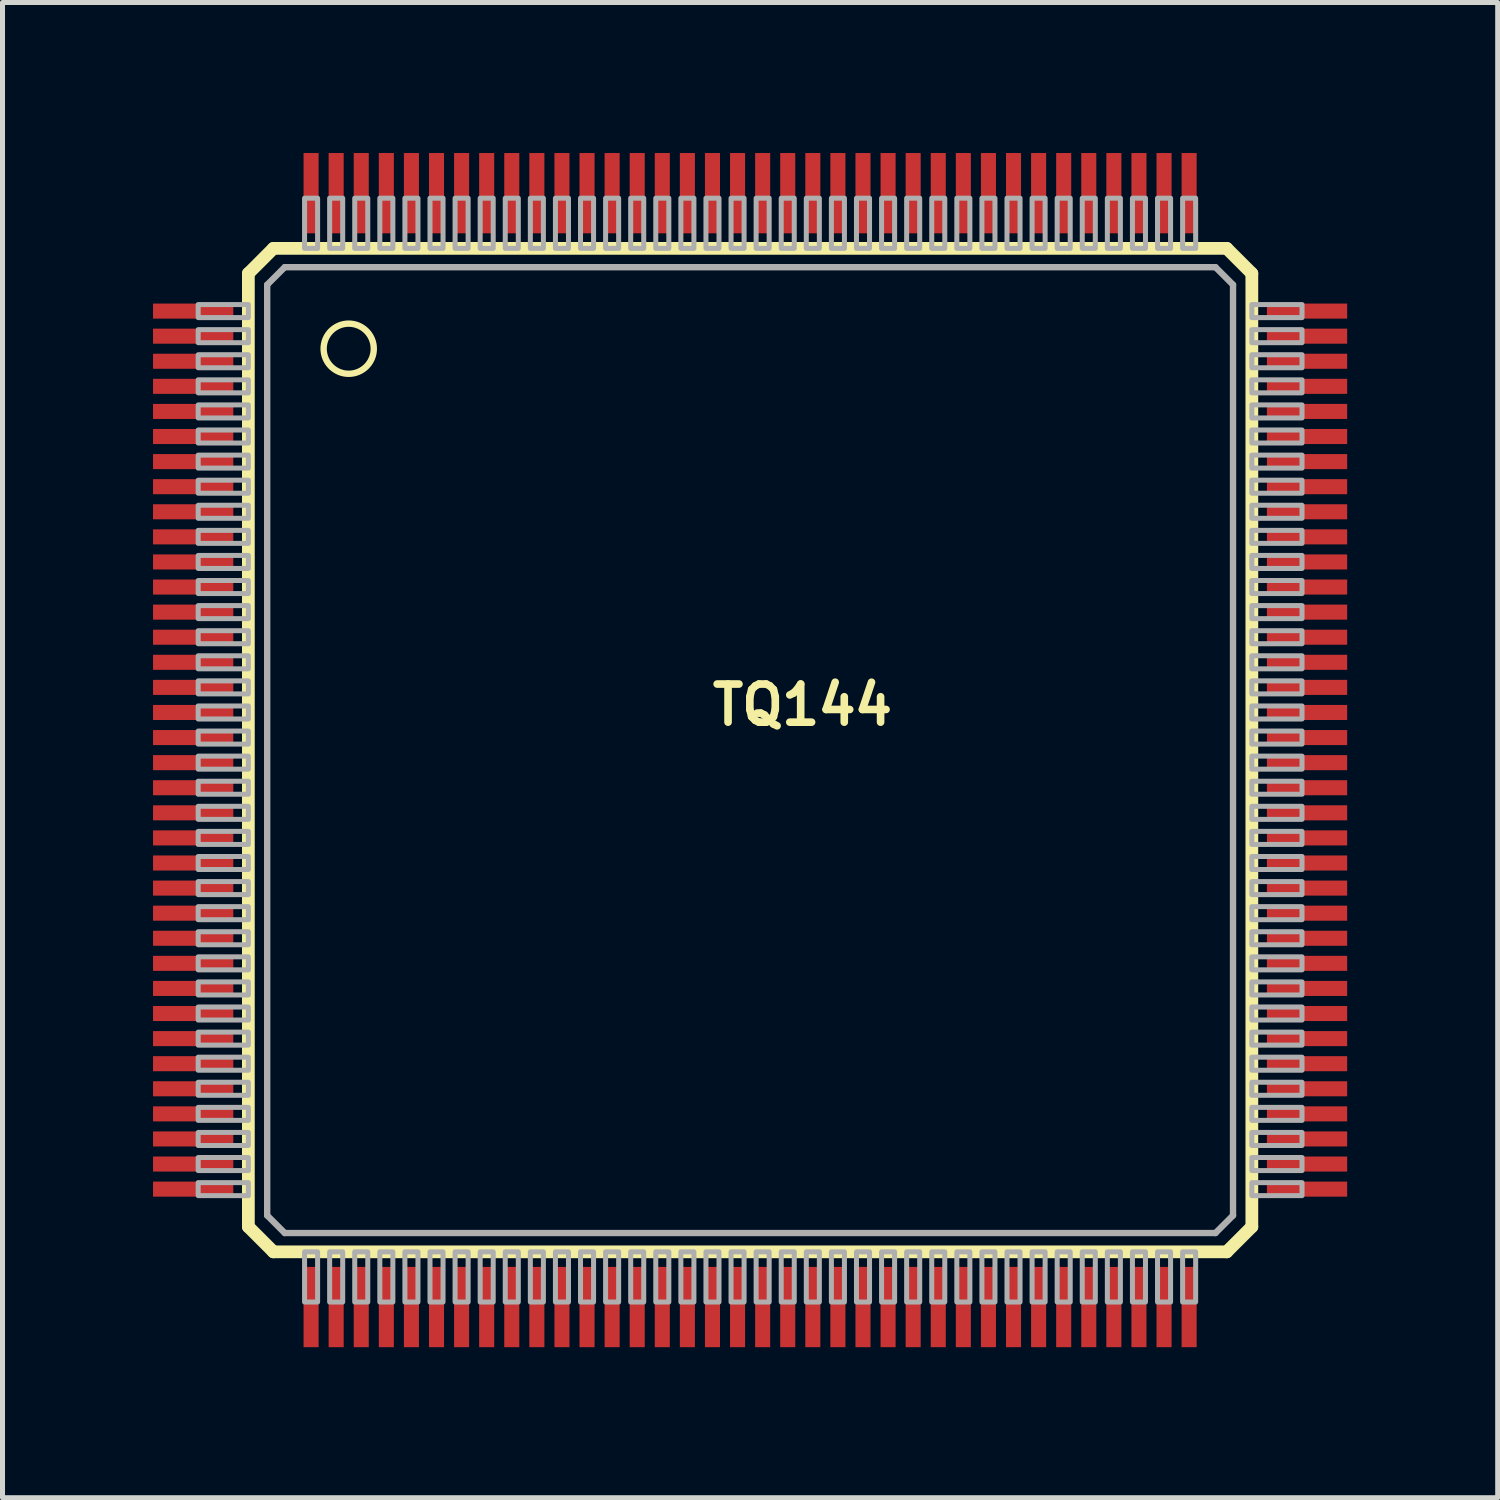
<source format=kicad_pcb>
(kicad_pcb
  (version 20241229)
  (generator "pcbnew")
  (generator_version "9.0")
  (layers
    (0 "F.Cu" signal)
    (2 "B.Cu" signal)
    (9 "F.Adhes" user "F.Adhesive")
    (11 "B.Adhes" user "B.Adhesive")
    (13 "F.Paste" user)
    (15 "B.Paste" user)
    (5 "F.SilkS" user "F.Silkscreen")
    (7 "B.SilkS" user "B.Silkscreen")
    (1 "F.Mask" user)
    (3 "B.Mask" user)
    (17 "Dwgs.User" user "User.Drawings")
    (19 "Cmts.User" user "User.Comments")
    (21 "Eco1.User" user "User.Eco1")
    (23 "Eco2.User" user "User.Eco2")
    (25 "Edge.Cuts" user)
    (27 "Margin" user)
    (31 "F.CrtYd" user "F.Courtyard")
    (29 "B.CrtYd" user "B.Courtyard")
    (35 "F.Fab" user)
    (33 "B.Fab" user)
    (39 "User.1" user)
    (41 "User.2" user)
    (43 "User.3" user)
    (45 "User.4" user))
  (footprint "TQ144"
    (layer "F.Cu")
    (at 11.9 11.9)
    (property "Reference" "TQ144" (at -0.829 -1.345 180) (layer "F.SilkS") (effects (font (size 0.76 0.76) (thickness 0.152)) (justify left top)))
    (attr through_hole)
    (fp_line (start -10 -9.5) (end -10 9.5) (stroke (width 0.254) (type solid)) (layer "F.SilkS"))
    (fp_line (start -10 9.5) (end -9.5 10) (stroke (width 0.254) (type solid)) (layer "F.SilkS"))
    (fp_line (start -9.5 -10) (end -10 -9.5) (stroke (width 0.254) (type solid)) (layer "F.SilkS"))
    (fp_line (start -9.5 10) (end 9.5 10) (stroke (width 0.254) (type solid)) (layer "F.SilkS"))
    (fp_line (start 9.5 -10) (end -9.5 -10) (stroke (width 0.254) (type solid)) (layer "F.SilkS"))
    (fp_line (start 9.5 10) (end 10 9.5) (stroke (width 0.254) (type solid)) (layer "F.SilkS"))
    (fp_line (start 10 -9.5) (end 9.5 -10) (stroke (width 0.254) (type solid)) (layer "F.SilkS"))
    (fp_line (start 10 9.5) (end 10 -9.5) (stroke (width 0.254) (type solid)) (layer "F.SilkS"))
    (fp_circle (center -8 -8) (end -7.5 -8) (stroke (width 0.127) (type solid)) (fill no) (layer "F.SilkS"))
    (fp_line (start -9.625 -9.275) (end -9.625 9.275) (stroke (width 0.127) (type solid)) (layer "F.Fab"))
    (fp_line (start -9.625 9.275) (end -9.275 9.625) (stroke (width 0.127) (type solid)) (layer "F.Fab"))
    (fp_line (start -9.275 -9.625) (end -9.625 -9.275) (stroke (width 0.127) (type solid)) (layer "F.Fab"))
    (fp_line (start -9.275 9.625) (end 9.275 9.625) (stroke (width 0.127) (type solid)) (layer "F.Fab"))
    (fp_line (start 9.275 -9.625) (end -9.275 -9.625) (stroke (width 0.127) (type solid)) (layer "F.Fab"))
    (fp_line (start 9.275 9.625) (end 9.625 9.275) (stroke (width 0.127) (type solid)) (layer "F.Fab"))
    (fp_line (start 9.625 -9.275) (end 9.275 -9.625) (stroke (width 0.127) (type solid)) (layer "F.Fab"))
    (fp_line (start 9.625 9.275) (end 9.625 -9.275) (stroke (width 0.127) (type solid)) (layer "F.Fab"))
    (fp_poly (pts (xy -11 -8.62) (xy -10 -8.62) (xy -10 -8.88) (xy -11 -8.88)) (stroke (width 0.1) (type solid)) (fill no) (layer "F.Fab"))
    (fp_poly (pts (xy -11 -8.12) (xy -10 -8.12) (xy -10 -8.38) (xy -11 -8.38)) (stroke (width 0.1) (type solid)) (fill no) (layer "F.Fab"))
    (fp_poly (pts (xy -11 -7.62) (xy -10 -7.62) (xy -10 -7.88) (xy -11 -7.88)) (stroke (width 0.1) (type solid)) (fill no) (layer "F.Fab"))
    (fp_poly (pts (xy -11 -7.12) (xy -10 -7.12) (xy -10 -7.38) (xy -11 -7.38)) (stroke (width 0.1) (type solid)) (fill no) (layer "F.Fab"))
    (fp_poly (pts (xy -11 -6.62) (xy -10 -6.62) (xy -10 -6.88) (xy -11 -6.88)) (stroke (width 0.1) (type solid)) (fill no) (layer "F.Fab"))
    (fp_poly (pts (xy -11 -6.12) (xy -10 -6.12) (xy -10 -6.38) (xy -11 -6.38)) (stroke (width 0.1) (type solid)) (fill no) (layer "F.Fab"))
    (fp_poly (pts (xy -11 -5.62) (xy -10 -5.62) (xy -10 -5.88) (xy -11 -5.88)) (stroke (width 0.1) (type solid)) (fill no) (layer "F.Fab"))
    (fp_poly (pts (xy -11 -5.12) (xy -10 -5.12) (xy -10 -5.38) (xy -11 -5.38)) (stroke (width 0.1) (type solid)) (fill no) (layer "F.Fab"))
    (fp_poly (pts (xy -11 -4.62) (xy -10 -4.62) (xy -10 -4.88) (xy -11 -4.88)) (stroke (width 0.1) (type solid)) (fill no) (layer "F.Fab"))
    (fp_poly (pts (xy -11 -4.12) (xy -10 -4.12) (xy -10 -4.38) (xy -11 -4.38)) (stroke (width 0.1) (type solid)) (fill no) (layer "F.Fab"))
    (fp_poly (pts (xy -11 -3.62) (xy -10 -3.62) (xy -10 -3.88) (xy -11 -3.88)) (stroke (width 0.1) (type solid)) (fill no) (layer "F.Fab"))
    (fp_poly (pts (xy -11 -3.12) (xy -10 -3.12) (xy -10 -3.38) (xy -11 -3.38)) (stroke (width 0.1) (type solid)) (fill no) (layer "F.Fab"))
    (fp_poly (pts (xy -11 -2.62) (xy -10 -2.62) (xy -10 -2.88) (xy -11 -2.88)) (stroke (width 0.1) (type solid)) (fill no) (layer "F.Fab"))
    (fp_poly (pts (xy -11 -2.12) (xy -10 -2.12) (xy -10 -2.38) (xy -11 -2.38)) (stroke (width 0.1) (type solid)) (fill no) (layer "F.Fab"))
    (fp_poly (pts (xy -11 -1.62) (xy -10 -1.62) (xy -10 -1.88) (xy -11 -1.88)) (stroke (width 0.1) (type solid)) (fill no) (layer "F.Fab"))
    (fp_poly (pts (xy -11 -1.12) (xy -10 -1.12) (xy -10 -1.38) (xy -11 -1.38)) (stroke (width 0.1) (type solid)) (fill no) (layer "F.Fab"))
    (fp_poly (pts (xy -11 -0.62) (xy -10 -0.62) (xy -10 -0.88) (xy -11 -0.88)) (stroke (width 0.1) (type solid)) (fill no) (layer "F.Fab"))
    (fp_poly (pts (xy -11 -0.12) (xy -10 -0.12) (xy -10 -0.38) (xy -11 -0.38)) (stroke (width 0.1) (type solid)) (fill no) (layer "F.Fab"))
    (fp_poly (pts (xy -11 0.38) (xy -10 0.38) (xy -10 0.12) (xy -11 0.12)) (stroke (width 0.1) (type solid)) (fill no) (layer "F.Fab"))
    (fp_poly (pts (xy -11 0.88) (xy -10 0.88) (xy -10 0.62) (xy -11 0.62)) (stroke (width 0.1) (type solid)) (fill no) (layer "F.Fab"))
    (fp_poly (pts (xy -11 1.38) (xy -10 1.38) (xy -10 1.12) (xy -11 1.12)) (stroke (width 0.1) (type solid)) (fill no) (layer "F.Fab"))
    (fp_poly (pts (xy -11 1.88) (xy -10 1.88) (xy -10 1.62) (xy -11 1.62)) (stroke (width 0.1) (type solid)) (fill no) (layer "F.Fab"))
    (fp_poly (pts (xy -11 2.38) (xy -10 2.38) (xy -10 2.12) (xy -11 2.12)) (stroke (width 0.1) (type solid)) (fill no) (layer "F.Fab"))
    (fp_poly (pts (xy -11 2.88) (xy -10 2.88) (xy -10 2.62) (xy -11 2.62)) (stroke (width 0.1) (type solid)) (fill no) (layer "F.Fab"))
    (fp_poly (pts (xy -11 3.38) (xy -10 3.38) (xy -10 3.12) (xy -11 3.12)) (stroke (width 0.1) (type solid)) (fill no) (layer "F.Fab"))
    (fp_poly (pts (xy -11 3.88) (xy -10 3.88) (xy -10 3.62) (xy -11 3.62)) (stroke (width 0.1) (type solid)) (fill no) (layer "F.Fab"))
    (fp_poly (pts (xy -11 4.38) (xy -10 4.38) (xy -10 4.12) (xy -11 4.12)) (stroke (width 0.1) (type solid)) (fill no) (layer "F.Fab"))
    (fp_poly (pts (xy -11 4.88) (xy -10 4.88) (xy -10 4.62) (xy -11 4.62)) (stroke (width 0.1) (type solid)) (fill no) (layer "F.Fab"))
    (fp_poly (pts (xy -11 5.38) (xy -10 5.38) (xy -10 5.12) (xy -11 5.12)) (stroke (width 0.1) (type solid)) (fill no) (layer "F.Fab"))
    (fp_poly (pts (xy -11 5.88) (xy -10 5.88) (xy -10 5.62) (xy -11 5.62)) (stroke (width 0.1) (type solid)) (fill no) (layer "F.Fab"))
    (fp_poly (pts (xy -11 6.38) (xy -10 6.38) (xy -10 6.12) (xy -11 6.12)) (stroke (width 0.1) (type solid)) (fill no) (layer "F.Fab"))
    (fp_poly (pts (xy -11 6.88) (xy -10 6.88) (xy -10 6.62) (xy -11 6.62)) (stroke (width 0.1) (type solid)) (fill no) (layer "F.Fab"))
    (fp_poly (pts (xy -11 7.38) (xy -10 7.38) (xy -10 7.12) (xy -11 7.12)) (stroke (width 0.1) (type solid)) (fill no) (layer "F.Fab"))
    (fp_poly (pts (xy -11 7.88) (xy -10 7.88) (xy -10 7.62) (xy -11 7.62)) (stroke (width 0.1) (type solid)) (fill no) (layer "F.Fab"))
    (fp_poly (pts (xy -11 8.38) (xy -10 8.38) (xy -10 8.12) (xy -11 8.12)) (stroke (width 0.1) (type solid)) (fill no) (layer "F.Fab"))
    (fp_poly (pts (xy -11 8.88) (xy -10 8.88) (xy -10 8.62) (xy -11 8.62)) (stroke (width 0.1) (type solid)) (fill no) (layer "F.Fab"))
    (fp_poly (pts (xy -8.88 -10) (xy -8.62 -10) (xy -8.62 -11) (xy -8.88 -11)) (stroke (width 0.1) (type solid)) (fill no) (layer "F.Fab"))
    (fp_poly (pts (xy -8.88 11) (xy -8.62 11) (xy -8.62 10) (xy -8.88 10)) (stroke (width 0.1) (type solid)) (fill no) (layer "F.Fab"))
    (fp_poly (pts (xy -8.38 -10) (xy -8.12 -10) (xy -8.12 -11) (xy -8.38 -11)) (stroke (width 0.1) (type solid)) (fill no) (layer "F.Fab"))
    (fp_poly (pts (xy -8.38 11) (xy -8.12 11) (xy -8.12 10) (xy -8.38 10)) (stroke (width 0.1) (type solid)) (fill no) (layer "F.Fab"))
    (fp_poly (pts (xy -7.88 -10) (xy -7.62 -10) (xy -7.62 -11) (xy -7.88 -11)) (stroke (width 0.1) (type solid)) (fill no) (layer "F.Fab"))
    (fp_poly (pts (xy -7.88 11) (xy -7.62 11) (xy -7.62 10) (xy -7.88 10)) (stroke (width 0.1) (type solid)) (fill no) (layer "F.Fab"))
    (fp_poly (pts (xy -7.38 -10) (xy -7.12 -10) (xy -7.12 -11) (xy -7.38 -11)) (stroke (width 0.1) (type solid)) (fill no) (layer "F.Fab"))
    (fp_poly (pts (xy -7.38 11) (xy -7.12 11) (xy -7.12 10) (xy -7.38 10)) (stroke (width 0.1) (type solid)) (fill no) (layer "F.Fab"))
    (fp_poly (pts (xy -6.88 -10) (xy -6.62 -10) (xy -6.62 -11) (xy -6.88 -11)) (stroke (width 0.1) (type solid)) (fill no) (layer "F.Fab"))
    (fp_poly (pts (xy -6.88 11) (xy -6.62 11) (xy -6.62 10) (xy -6.88 10)) (stroke (width 0.1) (type solid)) (fill no) (layer "F.Fab"))
    (fp_poly (pts (xy -6.38 -10) (xy -6.12 -10) (xy -6.12 -11) (xy -6.38 -11)) (stroke (width 0.1) (type solid)) (fill no) (layer "F.Fab"))
    (fp_poly (pts (xy -6.38 11) (xy -6.12 11) (xy -6.12 10) (xy -6.38 10)) (stroke (width 0.1) (type solid)) (fill no) (layer "F.Fab"))
    (fp_poly (pts (xy -5.88 -10) (xy -5.62 -10) (xy -5.62 -11) (xy -5.88 -11)) (stroke (width 0.1) (type solid)) (fill no) (layer "F.Fab"))
    (fp_poly (pts (xy -5.88 11) (xy -5.62 11) (xy -5.62 10) (xy -5.88 10)) (stroke (width 0.1) (type solid)) (fill no) (layer "F.Fab"))
    (fp_poly (pts (xy -5.38 -10) (xy -5.12 -10) (xy -5.12 -11) (xy -5.38 -11)) (stroke (width 0.1) (type solid)) (fill no) (layer "F.Fab"))
    (fp_poly (pts (xy -5.38 11) (xy -5.12 11) (xy -5.12 10) (xy -5.38 10)) (stroke (width 0.1) (type solid)) (fill no) (layer "F.Fab"))
    (fp_poly (pts (xy -4.88 -10) (xy -4.62 -10) (xy -4.62 -11) (xy -4.88 -11)) (stroke (width 0.1) (type solid)) (fill no) (layer "F.Fab"))
    (fp_poly (pts (xy -4.88 11) (xy -4.62 11) (xy -4.62 10) (xy -4.88 10)) (stroke (width 0.1) (type solid)) (fill no) (layer "F.Fab"))
    (fp_poly (pts (xy -4.38 -10) (xy -4.12 -10) (xy -4.12 -11) (xy -4.38 -11)) (stroke (width 0.1) (type solid)) (fill no) (layer "F.Fab"))
    (fp_poly (pts (xy -4.38 11) (xy -4.12 11) (xy -4.12 10) (xy -4.38 10)) (stroke (width 0.1) (type solid)) (fill no) (layer "F.Fab"))
    (fp_poly (pts (xy -3.88 -10) (xy -3.62 -10) (xy -3.62 -11) (xy -3.88 -11)) (stroke (width 0.1) (type solid)) (fill no) (layer "F.Fab"))
    (fp_poly (pts (xy -3.88 11) (xy -3.62 11) (xy -3.62 10) (xy -3.88 10)) (stroke (width 0.1) (type solid)) (fill no) (layer "F.Fab"))
    (fp_poly (pts (xy -3.38 -10) (xy -3.12 -10) (xy -3.12 -11) (xy -3.38 -11)) (stroke (width 0.1) (type solid)) (fill no) (layer "F.Fab"))
    (fp_poly (pts (xy -3.38 11) (xy -3.12 11) (xy -3.12 10) (xy -3.38 10)) (stroke (width 0.1) (type solid)) (fill no) (layer "F.Fab"))
    (fp_poly (pts (xy -2.88 -10) (xy -2.62 -10) (xy -2.62 -11) (xy -2.88 -11)) (stroke (width 0.1) (type solid)) (fill no) (layer "F.Fab"))
    (fp_poly (pts (xy -2.88 11) (xy -2.62 11) (xy -2.62 10) (xy -2.88 10)) (stroke (width 0.1) (type solid)) (fill no) (layer "F.Fab"))
    (fp_poly (pts (xy -2.38 -10) (xy -2.12 -10) (xy -2.12 -11) (xy -2.38 -11)) (stroke (width 0.1) (type solid)) (fill no) (layer "F.Fab"))
    (fp_poly (pts (xy -2.38 11) (xy -2.12 11) (xy -2.12 10) (xy -2.38 10)) (stroke (width 0.1) (type solid)) (fill no) (layer "F.Fab"))
    (fp_poly (pts (xy -1.88 -10) (xy -1.62 -10) (xy -1.62 -11) (xy -1.88 -11)) (stroke (width 0.1) (type solid)) (fill no) (layer "F.Fab"))
    (fp_poly (pts (xy -1.88 11) (xy -1.62 11) (xy -1.62 10) (xy -1.88 10)) (stroke (width 0.1) (type solid)) (fill no) (layer "F.Fab"))
    (fp_poly (pts (xy -1.38 -10) (xy -1.12 -10) (xy -1.12 -11) (xy -1.38 -11)) (stroke (width 0.1) (type solid)) (fill no) (layer "F.Fab"))
    (fp_poly (pts (xy -1.38 11) (xy -1.12 11) (xy -1.12 10) (xy -1.38 10)) (stroke (width 0.1) (type solid)) (fill no) (layer "F.Fab"))
    (fp_poly (pts (xy -0.88 -10) (xy -0.62 -10) (xy -0.62 -11) (xy -0.88 -11)) (stroke (width 0.1) (type solid)) (fill no) (layer "F.Fab"))
    (fp_poly (pts (xy -0.88 11) (xy -0.62 11) (xy -0.62 10) (xy -0.88 10)) (stroke (width 0.1) (type solid)) (fill no) (layer "F.Fab"))
    (fp_poly (pts (xy -0.38 -10) (xy -0.12 -10) (xy -0.12 -11) (xy -0.38 -11)) (stroke (width 0.1) (type solid)) (fill no) (layer "F.Fab"))
    (fp_poly (pts (xy -0.38 11) (xy -0.12 11) (xy -0.12 10) (xy -0.38 10)) (stroke (width 0.1) (type solid)) (fill no) (layer "F.Fab"))
    (fp_poly (pts (xy 0.12 -10) (xy 0.38 -10) (xy 0.38 -11) (xy 0.12 -11)) (stroke (width 0.1) (type solid)) (fill no) (layer "F.Fab"))
    (fp_poly (pts (xy 0.12 11) (xy 0.38 11) (xy 0.38 10) (xy 0.12 10)) (stroke (width 0.1) (type solid)) (fill no) (layer "F.Fab"))
    (fp_poly (pts (xy 0.62 -10) (xy 0.88 -10) (xy 0.88 -11) (xy 0.62 -11)) (stroke (width 0.1) (type solid)) (fill no) (layer "F.Fab"))
    (fp_poly (pts (xy 0.62 11) (xy 0.88 11) (xy 0.88 10) (xy 0.62 10)) (stroke (width 0.1) (type solid)) (fill no) (layer "F.Fab"))
    (fp_poly (pts (xy 1.12 -10) (xy 1.38 -10) (xy 1.38 -11) (xy 1.12 -11)) (stroke (width 0.1) (type solid)) (fill no) (layer "F.Fab"))
    (fp_poly (pts (xy 1.12 11) (xy 1.38 11) (xy 1.38 10) (xy 1.12 10)) (stroke (width 0.1) (type solid)) (fill no) (layer "F.Fab"))
    (fp_poly (pts (xy 1.62 -10) (xy 1.88 -10) (xy 1.88 -11) (xy 1.62 -11)) (stroke (width 0.1) (type solid)) (fill no) (layer "F.Fab"))
    (fp_poly (pts (xy 1.62 11) (xy 1.88 11) (xy 1.88 10) (xy 1.62 10)) (stroke (width 0.1) (type solid)) (fill no) (layer "F.Fab"))
    (fp_poly (pts (xy 2.12 -10) (xy 2.38 -10) (xy 2.38 -11) (xy 2.12 -11)) (stroke (width 0.1) (type solid)) (fill no) (layer "F.Fab"))
    (fp_poly (pts (xy 2.12 11) (xy 2.38 11) (xy 2.38 10) (xy 2.12 10)) (stroke (width 0.1) (type solid)) (fill no) (layer "F.Fab"))
    (fp_poly (pts (xy 2.62 -10) (xy 2.88 -10) (xy 2.88 -11) (xy 2.62 -11)) (stroke (width 0.1) (type solid)) (fill no) (layer "F.Fab"))
    (fp_poly (pts (xy 2.62 11) (xy 2.88 11) (xy 2.88 10) (xy 2.62 10)) (stroke (width 0.1) (type solid)) (fill no) (layer "F.Fab"))
    (fp_poly (pts (xy 3.12 -10) (xy 3.38 -10) (xy 3.38 -11) (xy 3.12 -11)) (stroke (width 0.1) (type solid)) (fill no) (layer "F.Fab"))
    (fp_poly (pts (xy 3.12 11) (xy 3.38 11) (xy 3.38 10) (xy 3.12 10)) (stroke (width 0.1) (type solid)) (fill no) (layer "F.Fab"))
    (fp_poly (pts (xy 3.62 -10) (xy 3.88 -10) (xy 3.88 -11) (xy 3.62 -11)) (stroke (width 0.1) (type solid)) (fill no) (layer "F.Fab"))
    (fp_poly (pts (xy 3.62 11) (xy 3.88 11) (xy 3.88 10) (xy 3.62 10)) (stroke (width 0.1) (type solid)) (fill no) (layer "F.Fab"))
    (fp_poly (pts (xy 4.12 -10) (xy 4.38 -10) (xy 4.38 -11) (xy 4.12 -11)) (stroke (width 0.1) (type solid)) (fill no) (layer "F.Fab"))
    (fp_poly (pts (xy 4.12 11) (xy 4.38 11) (xy 4.38 10) (xy 4.12 10)) (stroke (width 0.1) (type solid)) (fill no) (layer "F.Fab"))
    (fp_poly (pts (xy 4.62 -10) (xy 4.88 -10) (xy 4.88 -11) (xy 4.62 -11)) (stroke (width 0.1) (type solid)) (fill no) (layer "F.Fab"))
    (fp_poly (pts (xy 4.62 11) (xy 4.88 11) (xy 4.88 10) (xy 4.62 10)) (stroke (width 0.1) (type solid)) (fill no) (layer "F.Fab"))
    (fp_poly (pts (xy 5.12 -10) (xy 5.38 -10) (xy 5.38 -11) (xy 5.12 -11)) (stroke (width 0.1) (type solid)) (fill no) (layer "F.Fab"))
    (fp_poly (pts (xy 5.12 11) (xy 5.38 11) (xy 5.38 10) (xy 5.12 10)) (stroke (width 0.1) (type solid)) (fill no) (layer "F.Fab"))
    (fp_poly (pts (xy 5.62 -10) (xy 5.88 -10) (xy 5.88 -11) (xy 5.62 -11)) (stroke (width 0.1) (type solid)) (fill no) (layer "F.Fab"))
    (fp_poly (pts (xy 5.62 11) (xy 5.88 11) (xy 5.88 10) (xy 5.62 10)) (stroke (width 0.1) (type solid)) (fill no) (layer "F.Fab"))
    (fp_poly (pts (xy 6.12 -10) (xy 6.38 -10) (xy 6.38 -11) (xy 6.12 -11)) (stroke (width 0.1) (type solid)) (fill no) (layer "F.Fab"))
    (fp_poly (pts (xy 6.12 11) (xy 6.38 11) (xy 6.38 10) (xy 6.12 10)) (stroke (width 0.1) (type solid)) (fill no) (layer "F.Fab"))
    (fp_poly (pts (xy 6.62 -10) (xy 6.88 -10) (xy 6.88 -11) (xy 6.62 -11)) (stroke (width 0.1) (type solid)) (fill no) (layer "F.Fab"))
    (fp_poly (pts (xy 6.62 11) (xy 6.88 11) (xy 6.88 10) (xy 6.62 10)) (stroke (width 0.1) (type solid)) (fill no) (layer "F.Fab"))
    (fp_poly (pts (xy 7.12 -10) (xy 7.38 -10) (xy 7.38 -11) (xy 7.12 -11)) (stroke (width 0.1) (type solid)) (fill no) (layer "F.Fab"))
    (fp_poly (pts (xy 7.12 11) (xy 7.38 11) (xy 7.38 10) (xy 7.12 10)) (stroke (width 0.1) (type solid)) (fill no) (layer "F.Fab"))
    (fp_poly (pts (xy 7.62 -10) (xy 7.88 -10) (xy 7.88 -11) (xy 7.62 -11)) (stroke (width 0.1) (type solid)) (fill no) (layer "F.Fab"))
    (fp_poly (pts (xy 7.62 11) (xy 7.88 11) (xy 7.88 10) (xy 7.62 10)) (stroke (width 0.1) (type solid)) (fill no) (layer "F.Fab"))
    (fp_poly (pts (xy 8.12 -10) (xy 8.38 -10) (xy 8.38 -11) (xy 8.12 -11)) (stroke (width 0.1) (type solid)) (fill no) (layer "F.Fab"))
    (fp_poly (pts (xy 8.12 11) (xy 8.38 11) (xy 8.38 10) (xy 8.12 10)) (stroke (width 0.1) (type solid)) (fill no) (layer "F.Fab"))
    (fp_poly (pts (xy 8.62 -10) (xy 8.88 -10) (xy 8.88 -11) (xy 8.62 -11)) (stroke (width 0.1) (type solid)) (fill no) (layer "F.Fab"))
    (fp_poly (pts (xy 8.62 11) (xy 8.88 11) (xy 8.88 10) (xy 8.62 10)) (stroke (width 0.1) (type solid)) (fill no) (layer "F.Fab"))
    (fp_poly (pts (xy 10 -8.62) (xy 11 -8.62) (xy 11 -8.88) (xy 10 -8.88)) (stroke (width 0.1) (type solid)) (fill no) (layer "F.Fab"))
    (fp_poly (pts (xy 10 -8.12) (xy 11 -8.12) (xy 11 -8.38) (xy 10 -8.38)) (stroke (width 0.1) (type solid)) (fill no) (layer "F.Fab"))
    (fp_poly (pts (xy 10 -7.62) (xy 11 -7.62) (xy 11 -7.88) (xy 10 -7.88)) (stroke (width 0.1) (type solid)) (fill no) (layer "F.Fab"))
    (fp_poly (pts (xy 10 -7.12) (xy 11 -7.12) (xy 11 -7.38) (xy 10 -7.38)) (stroke (width 0.1) (type solid)) (fill no) (layer "F.Fab"))
    (fp_poly (pts (xy 10 -6.62) (xy 11 -6.62) (xy 11 -6.88) (xy 10 -6.88)) (stroke (width 0.1) (type solid)) (fill no) (layer "F.Fab"))
    (fp_poly (pts (xy 10 -6.12) (xy 11 -6.12) (xy 11 -6.38) (xy 10 -6.38)) (stroke (width 0.1) (type solid)) (fill no) (layer "F.Fab"))
    (fp_poly (pts (xy 10 -5.62) (xy 11 -5.62) (xy 11 -5.88) (xy 10 -5.88)) (stroke (width 0.1) (type solid)) (fill no) (layer "F.Fab"))
    (fp_poly (pts (xy 10 -5.12) (xy 11 -5.12) (xy 11 -5.38) (xy 10 -5.38)) (stroke (width 0.1) (type solid)) (fill no) (layer "F.Fab"))
    (fp_poly (pts (xy 10 -4.62) (xy 11 -4.62) (xy 11 -4.88) (xy 10 -4.88)) (stroke (width 0.1) (type solid)) (fill no) (layer "F.Fab"))
    (fp_poly (pts (xy 10 -4.12) (xy 11 -4.12) (xy 11 -4.38) (xy 10 -4.38)) (stroke (width 0.1) (type solid)) (fill no) (layer "F.Fab"))
    (fp_poly (pts (xy 10 -3.62) (xy 11 -3.62) (xy 11 -3.88) (xy 10 -3.88)) (stroke (width 0.1) (type solid)) (fill no) (layer "F.Fab"))
    (fp_poly (pts (xy 10 -3.12) (xy 11 -3.12) (xy 11 -3.38) (xy 10 -3.38)) (stroke (width 0.1) (type solid)) (fill no) (layer "F.Fab"))
    (fp_poly (pts (xy 10 -2.62) (xy 11 -2.62) (xy 11 -2.88) (xy 10 -2.88)) (stroke (width 0.1) (type solid)) (fill no) (layer "F.Fab"))
    (fp_poly (pts (xy 10 -2.12) (xy 11 -2.12) (xy 11 -2.38) (xy 10 -2.38)) (stroke (width 0.1) (type solid)) (fill no) (layer "F.Fab"))
    (fp_poly (pts (xy 10 -1.62) (xy 11 -1.62) (xy 11 -1.88) (xy 10 -1.88)) (stroke (width 0.1) (type solid)) (fill no) (layer "F.Fab"))
    (fp_poly (pts (xy 10 -1.12) (xy 11 -1.12) (xy 11 -1.38) (xy 10 -1.38)) (stroke (width 0.1) (type solid)) (fill no) (layer "F.Fab"))
    (fp_poly (pts (xy 10 -0.62) (xy 11 -0.62) (xy 11 -0.88) (xy 10 -0.88)) (stroke (width 0.1) (type solid)) (fill no) (layer "F.Fab"))
    (fp_poly (pts (xy 10 -0.12) (xy 11 -0.12) (xy 11 -0.38) (xy 10 -0.38)) (stroke (width 0.1) (type solid)) (fill no) (layer "F.Fab"))
    (fp_poly (pts (xy 10 0.38) (xy 11 0.38) (xy 11 0.12) (xy 10 0.12)) (stroke (width 0.1) (type solid)) (fill no) (layer "F.Fab"))
    (fp_poly (pts (xy 10 0.88) (xy 11 0.88) (xy 11 0.62) (xy 10 0.62)) (stroke (width 0.1) (type solid)) (fill no) (layer "F.Fab"))
    (fp_poly (pts (xy 10 1.38) (xy 11 1.38) (xy 11 1.12) (xy 10 1.12)) (stroke (width 0.1) (type solid)) (fill no) (layer "F.Fab"))
    (fp_poly (pts (xy 10 1.88) (xy 11 1.88) (xy 11 1.62) (xy 10 1.62)) (stroke (width 0.1) (type solid)) (fill no) (layer "F.Fab"))
    (fp_poly (pts (xy 10 2.38) (xy 11 2.38) (xy 11 2.12) (xy 10 2.12)) (stroke (width 0.1) (type solid)) (fill no) (layer "F.Fab"))
    (fp_poly (pts (xy 10 2.88) (xy 11 2.88) (xy 11 2.62) (xy 10 2.62)) (stroke (width 0.1) (type solid)) (fill no) (layer "F.Fab"))
    (fp_poly (pts (xy 10 3.38) (xy 11 3.38) (xy 11 3.12) (xy 10 3.12)) (stroke (width 0.1) (type solid)) (fill no) (layer "F.Fab"))
    (fp_poly (pts (xy 10 3.88) (xy 11 3.88) (xy 11 3.62) (xy 10 3.62)) (stroke (width 0.1) (type solid)) (fill no) (layer "F.Fab"))
    (fp_poly (pts (xy 10 4.38) (xy 11 4.38) (xy 11 4.12) (xy 10 4.12)) (stroke (width 0.1) (type solid)) (fill no) (layer "F.Fab"))
    (fp_poly (pts (xy 10 4.88) (xy 11 4.88) (xy 11 4.62) (xy 10 4.62)) (stroke (width 0.1) (type solid)) (fill no) (layer "F.Fab"))
    (fp_poly (pts (xy 10 5.38) (xy 11 5.38) (xy 11 5.12) (xy 10 5.12)) (stroke (width 0.1) (type solid)) (fill no) (layer "F.Fab"))
    (fp_poly (pts (xy 10 5.88) (xy 11 5.88) (xy 11 5.62) (xy 10 5.62)) (stroke (width 0.1) (type solid)) (fill no) (layer "F.Fab"))
    (fp_poly (pts (xy 10 6.38) (xy 11 6.38) (xy 11 6.12) (xy 10 6.12)) (stroke (width 0.1) (type solid)) (fill no) (layer "F.Fab"))
    (fp_poly (pts (xy 10 6.88) (xy 11 6.88) (xy 11 6.62) (xy 10 6.62)) (stroke (width 0.1) (type solid)) (fill no) (layer "F.Fab"))
    (fp_poly (pts (xy 10 7.38) (xy 11 7.38) (xy 11 7.12) (xy 10 7.12)) (stroke (width 0.1) (type solid)) (fill no) (layer "F.Fab"))
    (fp_poly (pts (xy 10 7.88) (xy 11 7.88) (xy 11 7.62) (xy 10 7.62)) (stroke (width 0.1) (type solid)) (fill no) (layer "F.Fab"))
    (fp_poly (pts (xy 10 8.38) (xy 11 8.38) (xy 11 8.12) (xy 10 8.12)) (stroke (width 0.1) (type solid)) (fill no) (layer "F.Fab"))
    (fp_poly (pts (xy 10 8.88) (xy 11 8.88) (xy 11 8.62) (xy 10 8.62)) (stroke (width 0.1) (type solid)) (fill no) (layer "F.Fab"))
    (pad "1" smd rect (at -11.1 -8.75) (size 1.6 0.3) (layers "F.Cu" "F.Mask" "F.Paste"))
    (pad "2" smd rect (at -11.1 -8.25) (size 1.6 0.3) (layers "F.Cu" "F.Mask" "F.Paste"))
    (pad "3" smd rect (at -11.1 -7.75) (size 1.6 0.3) (layers "F.Cu" "F.Mask" "F.Paste"))
    (pad "4" smd rect (at -11.1 -7.25) (size 1.6 0.3) (layers "F.Cu" "F.Mask" "F.Paste"))
    (pad "5" smd rect (at -11.1 -6.75) (size 1.6 0.3) (layers "F.Cu" "F.Mask" "F.Paste"))
    (pad "6" smd rect (at -11.1 -6.25) (size 1.6 0.3) (layers "F.Cu" "F.Mask" "F.Paste"))
    (pad "7" smd rect (at -11.1 -5.75) (size 1.6 0.3) (layers "F.Cu" "F.Mask" "F.Paste"))
    (pad "8" smd rect (at -11.1 -5.25) (size 1.6 0.3) (layers "F.Cu" "F.Mask" "F.Paste"))
    (pad "9" smd rect (at -11.1 -4.75) (size 1.6 0.3) (layers "F.Cu" "F.Mask" "F.Paste"))
    (pad "10" smd rect (at -11.1 -4.25) (size 1.6 0.3) (layers "F.Cu" "F.Mask" "F.Paste"))
    (pad "11" smd rect (at -11.1 -3.75) (size 1.6 0.3) (layers "F.Cu" "F.Mask" "F.Paste"))
    (pad "12" smd rect (at -11.1 -3.25) (size 1.6 0.3) (layers "F.Cu" "F.Mask" "F.Paste"))
    (pad "13" smd rect (at -11.1 -2.75) (size 1.6 0.3) (layers "F.Cu" "F.Mask" "F.Paste"))
    (pad "14" smd rect (at -11.1 -2.25) (size 1.6 0.3) (layers "F.Cu" "F.Mask" "F.Paste"))
    (pad "15" smd rect (at -11.1 -1.75) (size 1.6 0.3) (layers "F.Cu" "F.Mask" "F.Paste"))
    (pad "16" smd rect (at -11.1 -1.25) (size 1.6 0.3) (layers "F.Cu" "F.Mask" "F.Paste"))
    (pad "17" smd rect (at -11.1 -0.75) (size 1.6 0.3) (layers "F.Cu" "F.Mask" "F.Paste"))
    (pad "18" smd rect (at -11.1 -0.25) (size 1.6 0.3) (layers "F.Cu" "F.Mask" "F.Paste"))
    (pad "19" smd rect (at -11.1 0.25) (size 1.6 0.3) (layers "F.Cu" "F.Mask" "F.Paste"))
    (pad "20" smd rect (at -11.1 0.75) (size 1.6 0.3) (layers "F.Cu" "F.Mask" "F.Paste"))
    (pad "21" smd rect (at -11.1 1.25) (size 1.6 0.3) (layers "F.Cu" "F.Mask" "F.Paste"))
    (pad "22" smd rect (at -11.1 1.75) (size 1.6 0.3) (layers "F.Cu" "F.Mask" "F.Paste"))
    (pad "23" smd rect (at -11.1 2.25) (size 1.6 0.3) (layers "F.Cu" "F.Mask" "F.Paste"))
    (pad "24" smd rect (at -11.1 2.75) (size 1.6 0.3) (layers "F.Cu" "F.Mask" "F.Paste"))
    (pad "25" smd rect (at -11.1 3.25) (size 1.6 0.3) (layers "F.Cu" "F.Mask" "F.Paste"))
    (pad "26" smd rect (at -11.1 3.75) (size 1.6 0.3) (layers "F.Cu" "F.Mask" "F.Paste"))
    (pad "27" smd rect (at -11.1 4.25) (size 1.6 0.3) (layers "F.Cu" "F.Mask" "F.Paste"))
    (pad "28" smd rect (at -11.1 4.75) (size 1.6 0.3) (layers "F.Cu" "F.Mask" "F.Paste"))
    (pad "29" smd rect (at -11.1 5.25) (size 1.6 0.3) (layers "F.Cu" "F.Mask" "F.Paste"))
    (pad "30" smd rect (at -11.1 5.75) (size 1.6 0.3) (layers "F.Cu" "F.Mask" "F.Paste"))
    (pad "31" smd rect (at -11.1 6.25) (size 1.6 0.3) (layers "F.Cu" "F.Mask" "F.Paste"))
    (pad "32" smd rect (at -11.1 6.75) (size 1.6 0.3) (layers "F.Cu" "F.Mask" "F.Paste"))
    (pad "33" smd rect (at -11.1 7.25) (size 1.6 0.3) (layers "F.Cu" "F.Mask" "F.Paste"))
    (pad "34" smd rect (at -11.1 7.75) (size 1.6 0.3) (layers "F.Cu" "F.Mask" "F.Paste"))
    (pad "35" smd rect (at -11.1 8.25) (size 1.6 0.3) (layers "F.Cu" "F.Mask" "F.Paste"))
    (pad "36" smd rect (at -11.1 8.75) (size 1.6 0.3) (layers "F.Cu" "F.Mask" "F.Paste"))
    (pad "37" smd rect (at -8.75 11.1 90) (size 1.6 0.3) (layers "F.Cu" "F.Mask" "F.Paste"))
    (pad "38" smd rect (at -8.25 11.1 90) (size 1.6 0.3) (layers "F.Cu" "F.Mask" "F.Paste"))
    (pad "39" smd rect (at -7.75 11.1 90) (size 1.6 0.3) (layers "F.Cu" "F.Mask" "F.Paste"))
    (pad "40" smd rect (at -7.25 11.1 90) (size 1.6 0.3) (layers "F.Cu" "F.Mask" "F.Paste"))
    (pad "41" smd rect (at -6.75 11.1 90) (size 1.6 0.3) (layers "F.Cu" "F.Mask" "F.Paste"))
    (pad "42" smd rect (at -6.25 11.1 90) (size 1.6 0.3) (layers "F.Cu" "F.Mask" "F.Paste"))
    (pad "43" smd rect (at -5.75 11.1 90) (size 1.6 0.3) (layers "F.Cu" "F.Mask" "F.Paste"))
    (pad "44" smd rect (at -5.25 11.1 90) (size 1.6 0.3) (layers "F.Cu" "F.Mask" "F.Paste"))
    (pad "45" smd rect (at -4.75 11.1 90) (size 1.6 0.3) (layers "F.Cu" "F.Mask" "F.Paste"))
    (pad "46" smd rect (at -4.25 11.1 90) (size 1.6 0.3) (layers "F.Cu" "F.Mask" "F.Paste"))
    (pad "47" smd rect (at -3.75 11.1 90) (size 1.6 0.3) (layers "F.Cu" "F.Mask" "F.Paste"))
    (pad "48" smd rect (at -3.25 11.1 90) (size 1.6 0.3) (layers "F.Cu" "F.Mask" "F.Paste"))
    (pad "49" smd rect (at -2.75 11.1 90) (size 1.6 0.3) (layers "F.Cu" "F.Mask" "F.Paste"))
    (pad "50" smd rect (at -2.25 11.1 90) (size 1.6 0.3) (layers "F.Cu" "F.Mask" "F.Paste"))
    (pad "51" smd rect (at -1.75 11.1 90) (size 1.6 0.3) (layers "F.Cu" "F.Mask" "F.Paste"))
    (pad "52" smd rect (at -1.25 11.1 90) (size 1.6 0.3) (layers "F.Cu" "F.Mask" "F.Paste"))
    (pad "53" smd rect (at -0.75 11.1 90) (size 1.6 0.3) (layers "F.Cu" "F.Mask" "F.Paste"))
    (pad "54" smd rect (at -0.25 11.1 90) (size 1.6 0.3) (layers "F.Cu" "F.Mask" "F.Paste"))
    (pad "55" smd rect (at 0.25 11.1 90) (size 1.6 0.3) (layers "F.Cu" "F.Mask" "F.Paste"))
    (pad "56" smd rect (at 0.75 11.1 90) (size 1.6 0.3) (layers "F.Cu" "F.Mask" "F.Paste"))
    (pad "57" smd rect (at 1.25 11.1 90) (size 1.6 0.3) (layers "F.Cu" "F.Mask" "F.Paste"))
    (pad "58" smd rect (at 1.75 11.1 90) (size 1.6 0.3) (layers "F.Cu" "F.Mask" "F.Paste"))
    (pad "59" smd rect (at 2.25 11.1 90) (size 1.6 0.3) (layers "F.Cu" "F.Mask" "F.Paste"))
    (pad "60" smd rect (at 2.75 11.1 90) (size 1.6 0.3) (layers "F.Cu" "F.Mask" "F.Paste"))
    (pad "61" smd rect (at 3.25 11.1 90) (size 1.6 0.3) (layers "F.Cu" "F.Mask" "F.Paste"))
    (pad "62" smd rect (at 3.75 11.1 90) (size 1.6 0.3) (layers "F.Cu" "F.Mask" "F.Paste"))
    (pad "63" smd rect (at 4.25 11.1 90) (size 1.6 0.3) (layers "F.Cu" "F.Mask" "F.Paste"))
    (pad "64" smd rect (at 4.75 11.1 90) (size 1.6 0.3) (layers "F.Cu" "F.Mask" "F.Paste"))
    (pad "65" smd rect (at 5.25 11.1 90) (size 1.6 0.3) (layers "F.Cu" "F.Mask" "F.Paste"))
    (pad "66" smd rect (at 5.75 11.1 90) (size 1.6 0.3) (layers "F.Cu" "F.Mask" "F.Paste"))
    (pad "67" smd rect (at 6.25 11.1 90) (size 1.6 0.3) (layers "F.Cu" "F.Mask" "F.Paste"))
    (pad "68" smd rect (at 6.75 11.1 90) (size 1.6 0.3) (layers "F.Cu" "F.Mask" "F.Paste"))
    (pad "69" smd rect (at 7.25 11.1 90) (size 1.6 0.3) (layers "F.Cu" "F.Mask" "F.Paste"))
    (pad "70" smd rect (at 7.75 11.1 90) (size 1.6 0.3) (layers "F.Cu" "F.Mask" "F.Paste"))
    (pad "71" smd rect (at 8.25 11.1 90) (size 1.6 0.3) (layers "F.Cu" "F.Mask" "F.Paste"))
    (pad "72" smd rect (at 8.75 11.1 90) (size 1.6 0.3) (layers "F.Cu" "F.Mask" "F.Paste"))
    (pad "73" smd rect (at 11.1 8.75) (size 1.6 0.3) (layers "F.Cu" "F.Mask" "F.Paste"))
    (pad "74" smd rect (at 11.1 8.25) (size 1.6 0.3) (layers "F.Cu" "F.Mask" "F.Paste"))
    (pad "75" smd rect (at 11.1 7.75) (size 1.6 0.3) (layers "F.Cu" "F.Mask" "F.Paste"))
    (pad "76" smd rect (at 11.1 7.25) (size 1.6 0.3) (layers "F.Cu" "F.Mask" "F.Paste"))
    (pad "77" smd rect (at 11.1 6.75) (size 1.6 0.3) (layers "F.Cu" "F.Mask" "F.Paste"))
    (pad "78" smd rect (at 11.1 6.25) (size 1.6 0.3) (layers "F.Cu" "F.Mask" "F.Paste"))
    (pad "79" smd rect (at 11.1 5.75) (size 1.6 0.3) (layers "F.Cu" "F.Mask" "F.Paste"))
    (pad "80" smd rect (at 11.1 5.25) (size 1.6 0.3) (layers "F.Cu" "F.Mask" "F.Paste"))
    (pad "81" smd rect (at 11.1 4.75) (size 1.6 0.3) (layers "F.Cu" "F.Mask" "F.Paste"))
    (pad "82" smd rect (at 11.1 4.25) (size 1.6 0.3) (layers "F.Cu" "F.Mask" "F.Paste"))
    (pad "83" smd rect (at 11.1 3.75) (size 1.6 0.3) (layers "F.Cu" "F.Mask" "F.Paste"))
    (pad "84" smd rect (at 11.1 3.25) (size 1.6 0.3) (layers "F.Cu" "F.Mask" "F.Paste"))
    (pad "85" smd rect (at 11.1 2.75) (size 1.6 0.3) (layers "F.Cu" "F.Mask" "F.Paste"))
    (pad "86" smd rect (at 11.1 2.25) (size 1.6 0.3) (layers "F.Cu" "F.Mask" "F.Paste"))
    (pad "87" smd rect (at 11.1 1.75) (size 1.6 0.3) (layers "F.Cu" "F.Mask" "F.Paste"))
    (pad "88" smd rect (at 11.1 1.25) (size 1.6 0.3) (layers "F.Cu" "F.Mask" "F.Paste"))
    (pad "89" smd rect (at 11.1 0.75) (size 1.6 0.3) (layers "F.Cu" "F.Mask" "F.Paste"))
    (pad "90" smd rect (at 11.1 0.25) (size 1.6 0.3) (layers "F.Cu" "F.Mask" "F.Paste"))
    (pad "91" smd rect (at 11.1 -0.25) (size 1.6 0.3) (layers "F.Cu" "F.Mask" "F.Paste"))
    (pad "92" smd rect (at 11.1 -0.75) (size 1.6 0.3) (layers "F.Cu" "F.Mask" "F.Paste"))
    (pad "93" smd rect (at 11.1 -1.25) (size 1.6 0.3) (layers "F.Cu" "F.Mask" "F.Paste"))
    (pad "94" smd rect (at 11.1 -1.75) (size 1.6 0.3) (layers "F.Cu" "F.Mask" "F.Paste"))
    (pad "95" smd rect (at 11.1 -2.25) (size 1.6 0.3) (layers "F.Cu" "F.Mask" "F.Paste"))
    (pad "96" smd rect (at 11.1 -2.75) (size 1.6 0.3) (layers "F.Cu" "F.Mask" "F.Paste"))
    (pad "97" smd rect (at 11.1 -3.25) (size 1.6 0.3) (layers "F.Cu" "F.Mask" "F.Paste"))
    (pad "98" smd rect (at 11.1 -3.75) (size 1.6 0.3) (layers "F.Cu" "F.Mask" "F.Paste"))
    (pad "99" smd rect (at 11.1 -4.25) (size 1.6 0.3) (layers "F.Cu" "F.Mask" "F.Paste"))
    (pad "100" smd rect (at 11.1 -4.75) (size 1.6 0.3) (layers "F.Cu" "F.Mask" "F.Paste"))
    (pad "101" smd rect (at 11.1 -5.25) (size 1.6 0.3) (layers "F.Cu" "F.Mask" "F.Paste"))
    (pad "102" smd rect (at 11.1 -5.75) (size 1.6 0.3) (layers "F.Cu" "F.Mask" "F.Paste"))
    (pad "103" smd rect (at 11.1 -6.25) (size 1.6 0.3) (layers "F.Cu" "F.Mask" "F.Paste"))
    (pad "104" smd rect (at 11.1 -6.75) (size 1.6 0.3) (layers "F.Cu" "F.Mask" "F.Paste"))
    (pad "105" smd rect (at 11.1 -7.25) (size 1.6 0.3) (layers "F.Cu" "F.Mask" "F.Paste"))
    (pad "106" smd rect (at 11.1 -7.75) (size 1.6 0.3) (layers "F.Cu" "F.Mask" "F.Paste"))
    (pad "107" smd rect (at 11.1 -8.25) (size 1.6 0.3) (layers "F.Cu" "F.Mask" "F.Paste"))
    (pad "108" smd rect (at 11.1 -8.75) (size 1.6 0.3) (layers "F.Cu" "F.Mask" "F.Paste"))
    (pad "109" smd rect (at 8.75 -11.1 90) (size 1.6 0.3) (layers "F.Cu" "F.Mask" "F.Paste"))
    (pad "110" smd rect (at 8.25 -11.1 90) (size 1.6 0.3) (layers "F.Cu" "F.Mask" "F.Paste"))
    (pad "111" smd rect (at 7.75 -11.1 90) (size 1.6 0.3) (layers "F.Cu" "F.Mask" "F.Paste"))
    (pad "112" smd rect (at 7.25 -11.1 90) (size 1.6 0.3) (layers "F.Cu" "F.Mask" "F.Paste"))
    (pad "113" smd rect (at 6.75 -11.1 90) (size 1.6 0.3) (layers "F.Cu" "F.Mask" "F.Paste"))
    (pad "114" smd rect (at 6.25 -11.1 90) (size 1.6 0.3) (layers "F.Cu" "F.Mask" "F.Paste"))
    (pad "115" smd rect (at 5.75 -11.1 90) (size 1.6 0.3) (layers "F.Cu" "F.Mask" "F.Paste"))
    (pad "116" smd rect (at 5.25 -11.1 90) (size 1.6 0.3) (layers "F.Cu" "F.Mask" "F.Paste"))
    (pad "117" smd rect (at 4.75 -11.1 90) (size 1.6 0.3) (layers "F.Cu" "F.Mask" "F.Paste"))
    (pad "118" smd rect (at 4.25 -11.1 90) (size 1.6 0.3) (layers "F.Cu" "F.Mask" "F.Paste"))
    (pad "119" smd rect (at 3.75 -11.1 90) (size 1.6 0.3) (layers "F.Cu" "F.Mask" "F.Paste"))
    (pad "120" smd rect (at 3.25 -11.1 90) (size 1.6 0.3) (layers "F.Cu" "F.Mask" "F.Paste"))
    (pad "121" smd rect (at 2.75 -11.1 90) (size 1.6 0.3) (layers "F.Cu" "F.Mask" "F.Paste"))
    (pad "122" smd rect (at 2.25 -11.1 90) (size 1.6 0.3) (layers "F.Cu" "F.Mask" "F.Paste"))
    (pad "123" smd rect (at 1.75 -11.1 90) (size 1.6 0.3) (layers "F.Cu" "F.Mask" "F.Paste"))
    (pad "124" smd rect (at 1.25 -11.1 90) (size 1.6 0.3) (layers "F.Cu" "F.Mask" "F.Paste"))
    (pad "125" smd rect (at 0.75 -11.1 90) (size 1.6 0.3) (layers "F.Cu" "F.Mask" "F.Paste"))
    (pad "126" smd rect (at 0.25 -11.1 90) (size 1.6 0.3) (layers "F.Cu" "F.Mask" "F.Paste"))
    (pad "127" smd rect (at -0.25 -11.1 90) (size 1.6 0.3) (layers "F.Cu" "F.Mask" "F.Paste"))
    (pad "128" smd rect (at -0.75 -11.1 90) (size 1.6 0.3) (layers "F.Cu" "F.Mask" "F.Paste"))
    (pad "129" smd rect (at -1.25 -11.1 90) (size 1.6 0.3) (layers "F.Cu" "F.Mask" "F.Paste"))
    (pad "130" smd rect (at -1.75 -11.1 90) (size 1.6 0.3) (layers "F.Cu" "F.Mask" "F.Paste"))
    (pad "131" smd rect (at -2.25 -11.1 90) (size 1.6 0.3) (layers "F.Cu" "F.Mask" "F.Paste"))
    (pad "132" smd rect (at -2.75 -11.1 90) (size 1.6 0.3) (layers "F.Cu" "F.Mask" "F.Paste"))
    (pad "133" smd rect (at -3.25 -11.1 90) (size 1.6 0.3) (layers "F.Cu" "F.Mask" "F.Paste"))
    (pad "134" smd rect (at -3.75 -11.1 90) (size 1.6 0.3) (layers "F.Cu" "F.Mask" "F.Paste"))
    (pad "135" smd rect (at -4.25 -11.1 90) (size 1.6 0.3) (layers "F.Cu" "F.Mask" "F.Paste"))
    (pad "136" smd rect (at -4.75 -11.1 90) (size 1.6 0.3) (layers "F.Cu" "F.Mask" "F.Paste"))
    (pad "137" smd rect (at -5.25 -11.1 90) (size 1.6 0.3) (layers "F.Cu" "F.Mask" "F.Paste"))
    (pad "138" smd rect (at -5.75 -11.1 90) (size 1.6 0.3) (layers "F.Cu" "F.Mask" "F.Paste"))
    (pad "139" smd rect (at -6.25 -11.1 90) (size 1.6 0.3) (layers "F.Cu" "F.Mask" "F.Paste"))
    (pad "140" smd rect (at -6.75 -11.1 90) (size 1.6 0.3) (layers "F.Cu" "F.Mask" "F.Paste"))
    (pad "141" smd rect (at -7.25 -11.1 90) (size 1.6 0.3) (layers "F.Cu" "F.Mask" "F.Paste"))
    (pad "142" smd rect (at -7.75 -11.1 90) (size 1.6 0.3) (layers "F.Cu" "F.Mask" "F.Paste"))
    (pad "143" smd rect (at -8.25 -11.1 90) (size 1.6 0.3) (layers "F.Cu" "F.Mask" "F.Paste"))
    (pad "144" smd rect (at -8.75 -11.1 90) (size 1.6 0.3) (layers "F.Cu" "F.Mask" "F.Paste")))
  (gr_rect
    (start -3 -3)
    (end 26.8 26.8)
    (stroke (width 0.1) (type default))
    (fill no)
    (layer "Edge.Cuts")))
</source>
